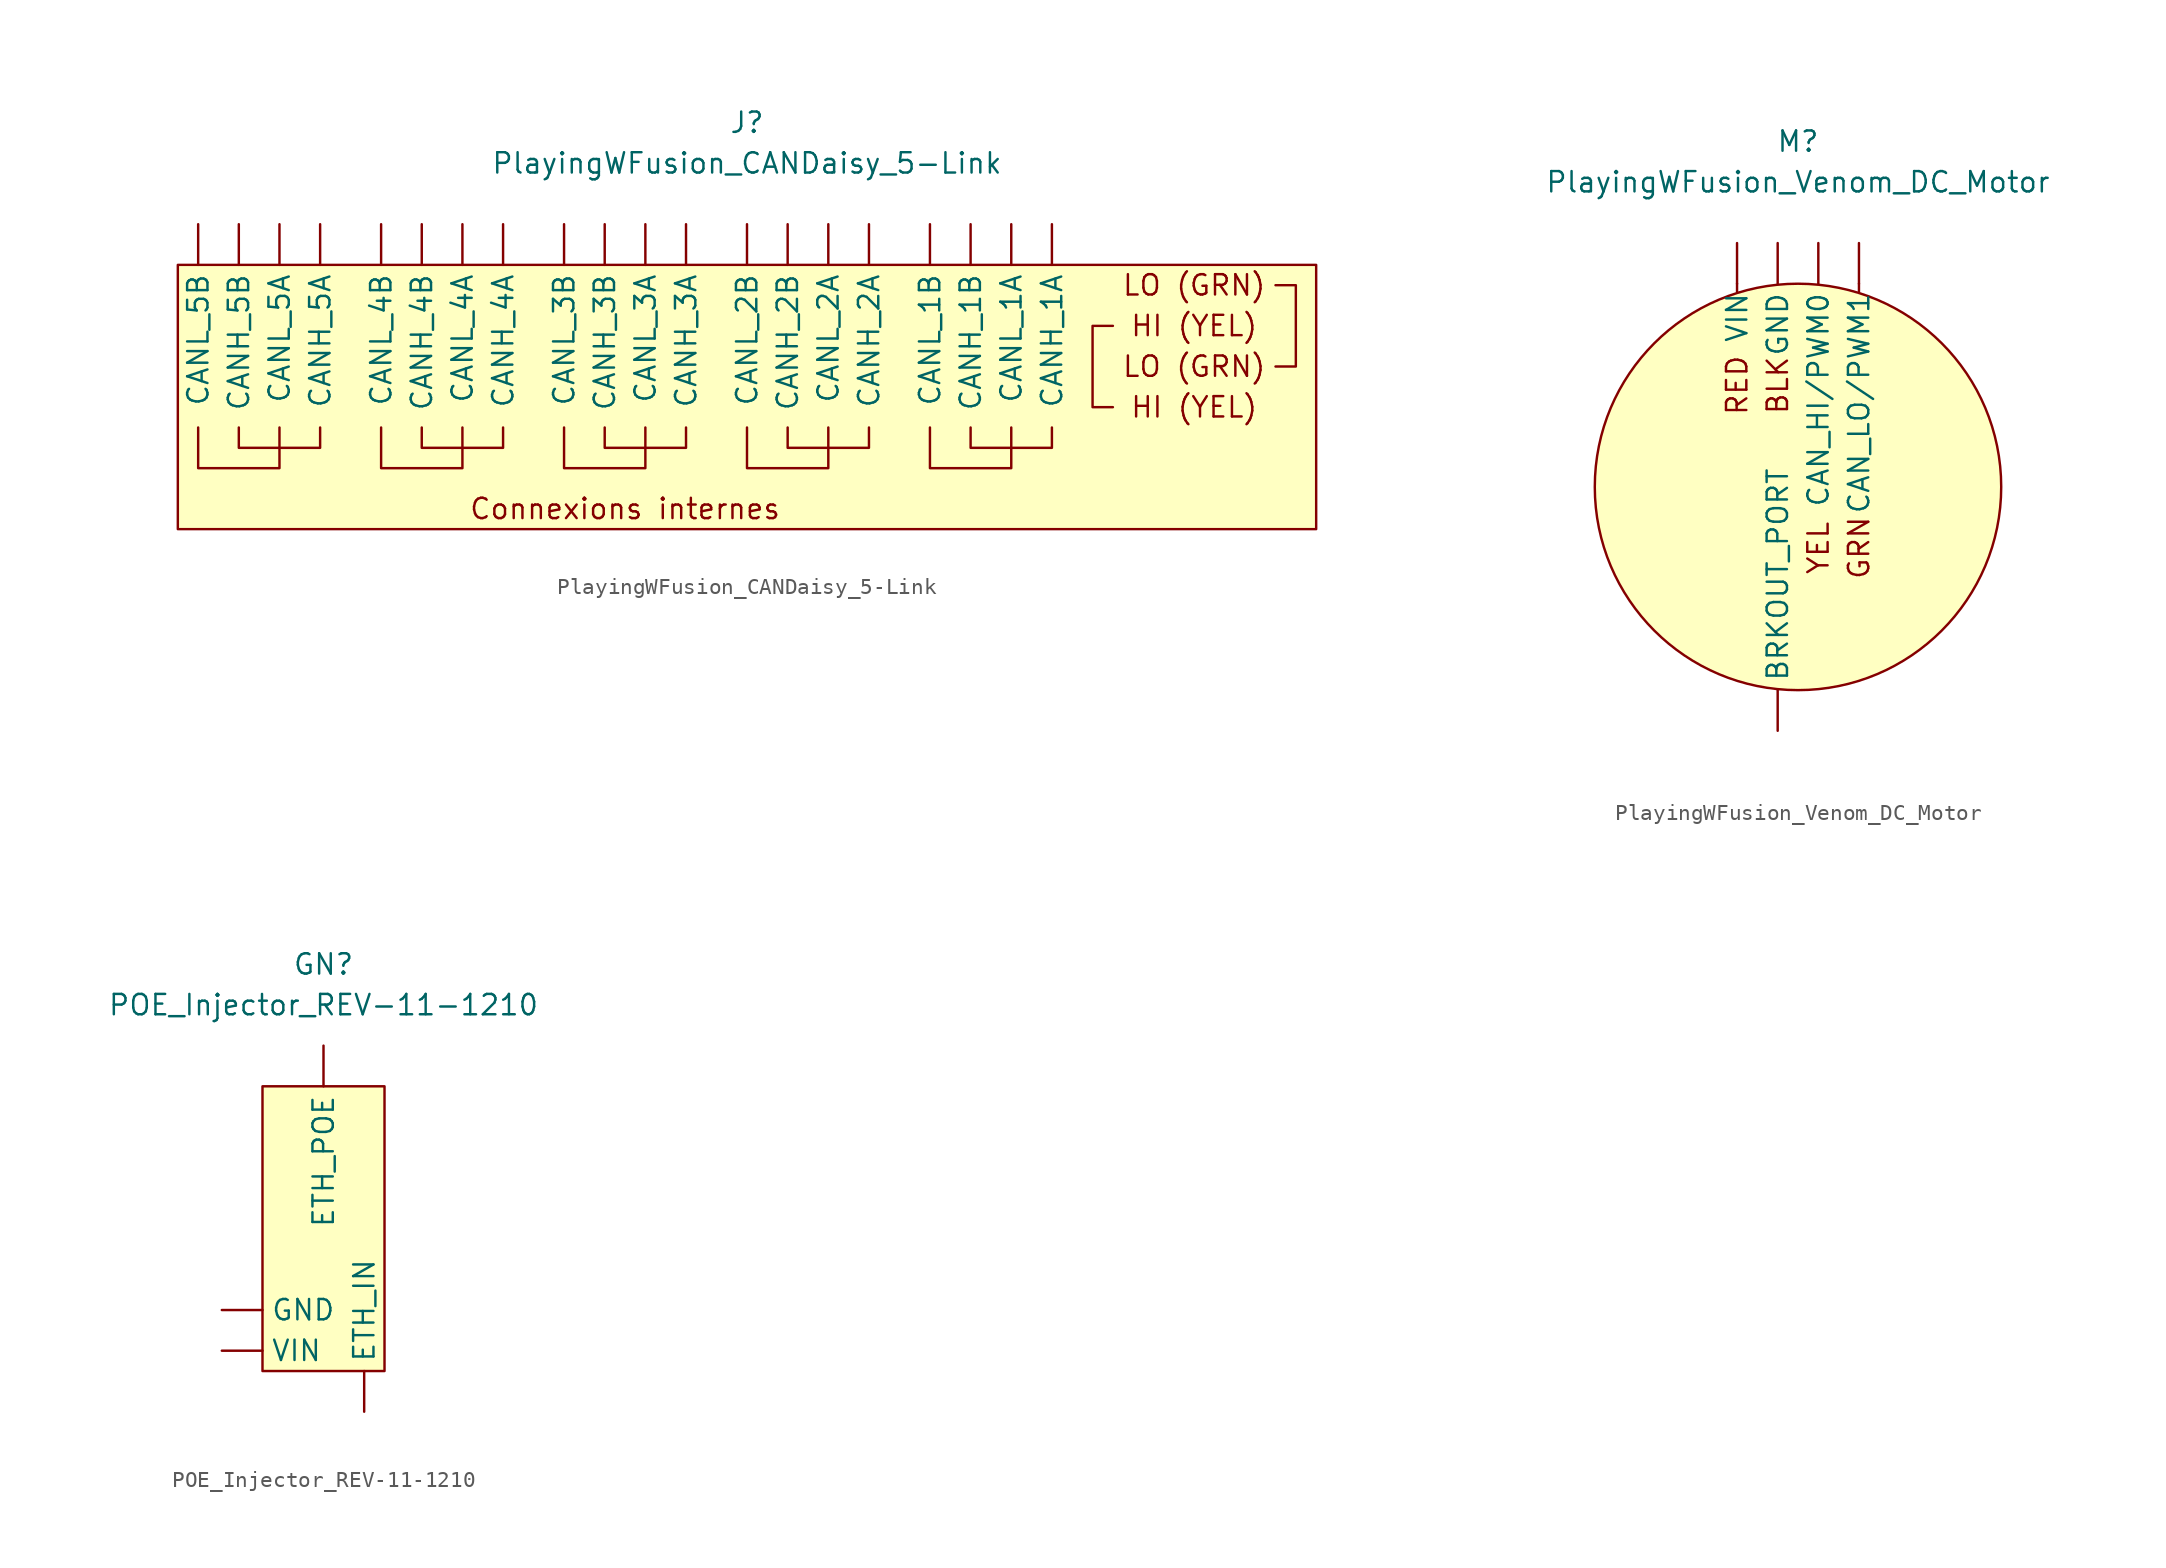
<source format=kicad_sym>
(kicad_symbol_lib
  (version 20220914)
  (generator kicad_symbol_editor)
  (symbol "PlayingWFusion_CANDaisy_5-Link"
    (property "Reference" "J"
      (at 0 0 0)
      (effects (font (size 1.27 1.27))))
    (property "Value" "PlayingWFusion_CANDaisy_5-Link"
      (at 0 -2.54 0)
      (effects (font (size 1.27 1.27))))
    (symbol "PlayingWFusion_CANDaisy_5-Link_1_1"
      (rectangle (start -35.56 -8.89) (end 35.56 -25.4) (stroke (width 0) (type default)) (fill (type background)))
      (polyline (pts (xy -29.21 -19.05) (xy -29.21 -21.59) (xy -34.29 -21.59) (xy -34.29 -19.05)) (stroke (width 0) (type default)) (fill (type none)))
      (polyline (pts (xy -26.67 -19.05) (xy -26.67 -20.32) (xy -31.75 -20.32) (xy -31.75 -19.05)) (stroke (width 0) (type default)) (fill (type none)))
      (polyline (pts (xy -17.78 -19.05) (xy -17.78 -21.59) (xy -22.86 -21.59) (xy -22.86 -19.05)) (stroke (width 0) (type default)) (fill (type none)))
      (polyline (pts (xy -15.24 -19.05) (xy -15.24 -20.32) (xy -20.32 -20.32) (xy -20.32 -19.05)) (stroke (width 0) (type default)) (fill (type none)))
      (polyline (pts (xy -6.35 -19.05) (xy -6.35 -21.59) (xy -11.43 -21.59) (xy -11.43 -19.05)) (stroke (width 0) (type default)) (fill (type none)))
      (polyline (pts (xy -3.81 -19.05) (xy -3.81 -20.32) (xy -8.89 -20.32) (xy -8.89 -19.05)) (stroke (width 0) (type default)) (fill (type none)))
      (polyline (pts (xy 5.08 -19.05) (xy 5.08 -21.59) (xy 0 -21.59) (xy 0 -19.05)) (stroke (width 0) (type default)) (fill (type none)))
      (polyline (pts (xy 7.62 -19.05) (xy 7.62 -20.32) (xy 2.54 -20.32) (xy 2.54 -19.05)) (stroke (width 0) (type default)) (fill (type none)))
      (polyline (pts (xy 16.51 -19.05) (xy 16.51 -21.59) (xy 11.43 -21.59) (xy 11.43 -19.05)) (stroke (width 0) (type default)) (fill (type none)))
      (polyline (pts (xy 19.05 -19.05) (xy 19.05 -20.32) (xy 13.97 -20.32) (xy 13.97 -19.05)) (stroke (width 0) (type default)) (fill (type none)))
      (polyline (pts (xy 22.86 -12.7) (xy 21.59 -12.7) (xy 21.59 -17.78) (xy 22.86 -17.78)) (stroke (width 0) (type default)) (fill (type none)))
      (polyline (pts (xy 33.02 -10.16) (xy 34.29 -10.16) (xy 34.29 -15.24) (xy 33.02 -15.24)) (stroke (width 0) (type default)) (fill (type none)))
      (text "Connexions internes" (at -7.62 -24.13 0) (effects (font (size 1.27 1.27))))
      (text "HI (YEL)" (at 27.94 -17.78 0) (effects (font (size 1.27 1.27))))
      (text "HI (YEL)" (at 27.94 -12.7 0) (effects (font (size 1.27 1.27))))
      (text "LO (GRN)" (at 27.94 -15.24 0) (effects (font (size 1.27 1.27))))
      (text "LO (GRN)" (at 27.94 -10.16 0) (effects (font (size 1.27 1.27))))
      (pin bidirectional line (at 19.05 -6.35 270) (length 2.54) (name "CANH_1A" (effects (font (size 1.27 1.27)))) (number "" (effects (font (size 1.27 1.27)))))
      (pin bidirectional line (at 13.97 -6.35 270) (length 2.54) (name "CANH_1B" (effects (font (size 1.27 1.27)))) (number "" (effects (font (size 1.27 1.27)))))
      (pin bidirectional line (at 7.62 -6.35 270) (length 2.54) (name "CANH_2A" (effects (font (size 1.27 1.27)))) (number "" (effects (font (size 1.27 1.27)))))
      (pin bidirectional line (at 2.54 -6.35 270) (length 2.54) (name "CANH_2B" (effects (font (size 1.27 1.27)))) (number "" (effects (font (size 1.27 1.27)))))
      (pin bidirectional line (at -3.81 -6.35 270) (length 2.54) (name "CANH_3A" (effects (font (size 1.27 1.27)))) (number "" (effects (font (size 1.27 1.27)))))
      (pin bidirectional line (at -8.89 -6.35 270) (length 2.54) (name "CANH_3B" (effects (font (size 1.27 1.27)))) (number "" (effects (font (size 1.27 1.27)))))
      (pin bidirectional line (at -15.24 -6.35 270) (length 2.54) (name "CANH_4A" (effects (font (size 1.27 1.27)))) (number "" (effects (font (size 1.27 1.27)))))
      (pin bidirectional line (at -20.32 -6.35 270) (length 2.54) (name "CANH_4B" (effects (font (size 1.27 1.27)))) (number "" (effects (font (size 1.27 1.27)))))
      (pin bidirectional line (at -26.67 -6.35 270) (length 2.54) (name "CANH_5A" (effects (font (size 1.27 1.27)))) (number "" (effects (font (size 1.27 1.27)))))
      (pin bidirectional line (at -31.75 -6.35 270) (length 2.54) (name "CANH_5B" (effects (font (size 1.27 1.27)))) (number "" (effects (font (size 1.27 1.27)))))
      (pin bidirectional line (at 16.51 -6.35 270) (length 2.54) (name "CANL_1A" (effects (font (size 1.27 1.27)))) (number "" (effects (font (size 1.27 1.27)))))
      (pin bidirectional line (at 11.43 -6.35 270) (length 2.54) (name "CANL_1B" (effects (font (size 1.27 1.27)))) (number "" (effects (font (size 1.27 1.27)))))
      (pin bidirectional line (at 5.08 -6.35 270) (length 2.54) (name "CANL_2A" (effects (font (size 1.27 1.27)))) (number "" (effects (font (size 1.27 1.27)))))
      (pin bidirectional line (at 0 -6.35 270) (length 2.54) (name "CANL_2B" (effects (font (size 1.27 1.27)))) (number "" (effects (font (size 1.27 1.27)))))
      (pin bidirectional line (at -6.35 -6.35 270) (length 2.54) (name "CANL_3A" (effects (font (size 1.27 1.27)))) (number "" (effects (font (size 1.27 1.27)))))
      (pin bidirectional line (at -11.43 -6.35 270) (length 2.54) (name "CANL_3B" (effects (font (size 1.27 1.27)))) (number "" (effects (font (size 1.27 1.27)))))
      (pin bidirectional line (at -17.78 -6.35 270) (length 2.54) (name "CANL_4A" (effects (font (size 1.27 1.27)))) (number "" (effects (font (size 1.27 1.27)))))
      (pin bidirectional line (at -22.86 -6.35 270) (length 2.54) (name "CANL_4B" (effects (font (size 1.27 1.27)))) (number "" (effects (font (size 1.27 1.27)))))
      (pin bidirectional line (at -29.21 -6.35 270) (length 2.54) (name "CANL_5A" (effects (font (size 1.27 1.27)))) (number "" (effects (font (size 1.27 1.27)))))
      (pin bidirectional line (at -34.29 -6.35 270) (length 2.54) (name "CANL_5B" (effects (font (size 1.27 1.27)))) (number "" (effects (font (size 1.27 1.27)))))))
  (symbol "PlayingWFusion_Venom_DC_Motor"
    (property "Reference" "M"
      (at 0 6.35 0)
      (effects (font (size 1.27 1.27))))
    (property "Value" "PlayingWFusion_Venom_DC_Motor"
      (at 0 3.81 0)
      (effects (font (size 1.27 1.27))))
    (symbol "PlayingWFusion_Venom_DC_Motor_0_0"
      (text "BLK" (at -1.27 -8.89 900) (effects (font (size 1.27 1.27))))
      (text "GRN" (at 3.81 -19.05 900) (effects (font (size 1.27 1.27))))
      (text "RED" (at -3.81 -8.89 900) (effects (font (size 1.27 1.27))))
      (text "YEL" (at 1.27 -19.05 900) (effects (font (size 1.27 1.27)))))
    (symbol "PlayingWFusion_Venom_DC_Motor_0_1"
      (circle (center 0 -15.24) (radius 12.7) (stroke (width 0) (type default)) (fill (type background)))
      (polyline (pts (xy -3.81 -2.54) (xy -3.81 -3.048)) (stroke (width 0) (type default)) (fill (type none)))
      (polyline (pts (xy 3.81 -2.54) (xy 3.81 -3.048)) (stroke (width 0) (type default)) (fill (type none))))
    (symbol "PlayingWFusion_Venom_DC_Motor_1_1"
      (pin bidirectional line (at -1.27 -30.48 90) (length 2.54) (name "BRKOUT_PORT" (effects (font (size 1.27 1.27)))) (number "" (effects (font (size 1.27 1.27)))))
      (pin bidirectional line (at 1.27 0 270) (length 2.54) (name "CAN_HI/PWM0" (effects (font (size 1.27 1.27)))) (number "" (effects (font (size 1.27 1.27)))))
      (pin bidirectional line (at 3.81 0 270) (length 2.54) (name "CAN_LO/PWM1" (effects (font (size 1.27 1.27)))) (number "" (effects (font (size 1.27 1.27)))))
      (pin power_in line (at -1.27 0 270) (length 2.54) (name "GND" (effects (font (size 1.27 1.27)))) (number "" (effects (font (size 1.27 1.27)))))
      (pin power_in line (at -3.81 0 270) (length 2.54) (name "VIN" (effects (font (size 1.27 1.27)))) (number "" (effects (font (size 1.27 1.27)))))))
  (symbol "POE_Injector_REV-11-1210"
    (property "Reference" "GN"
      (at 0 0 0)
      (effects (font (size 1.27 1.27))))
    (property "Value" "POE_Injector_REV-11-1210"
      (at 0 -2.54 0)
      (effects (font (size 1.27 1.27))))
    (symbol "POE_Injector_REV-11-1210_0_1"
      (rectangle (start -3.81 -7.62) (end 3.81 -25.4) (stroke (width 0) (type default)) (fill (type background))))
    (symbol "POE_Injector_REV-11-1210_1_1"
      (pin bidirectional line (at 2.54 -27.94 90) (length 2.54) (name "ETH_IN" (effects (font (size 1.27 1.27)))) (number "" (effects (font (size 1.27 1.27)))))
      (pin bidirectional line (at 0 -5.08 270) (length 2.54) (name "ETH_POE" (effects (font (size 1.27 1.27)))) (number "" (effects (font (size 1.27 1.27)))))
      (pin power_in line (at -6.35 -21.59 0) (length 2.54) (name "GND" (effects (font (size 1.27 1.27)))) (number "" (effects (font (size 1.27 1.27)))))
      (pin power_in line (at -6.35 -24.13 0) (length 2.54) (name "VIN" (effects (font (size 1.27 1.27)))) (number "" (effects (font (size 1.27 1.27))))))))
</source>
